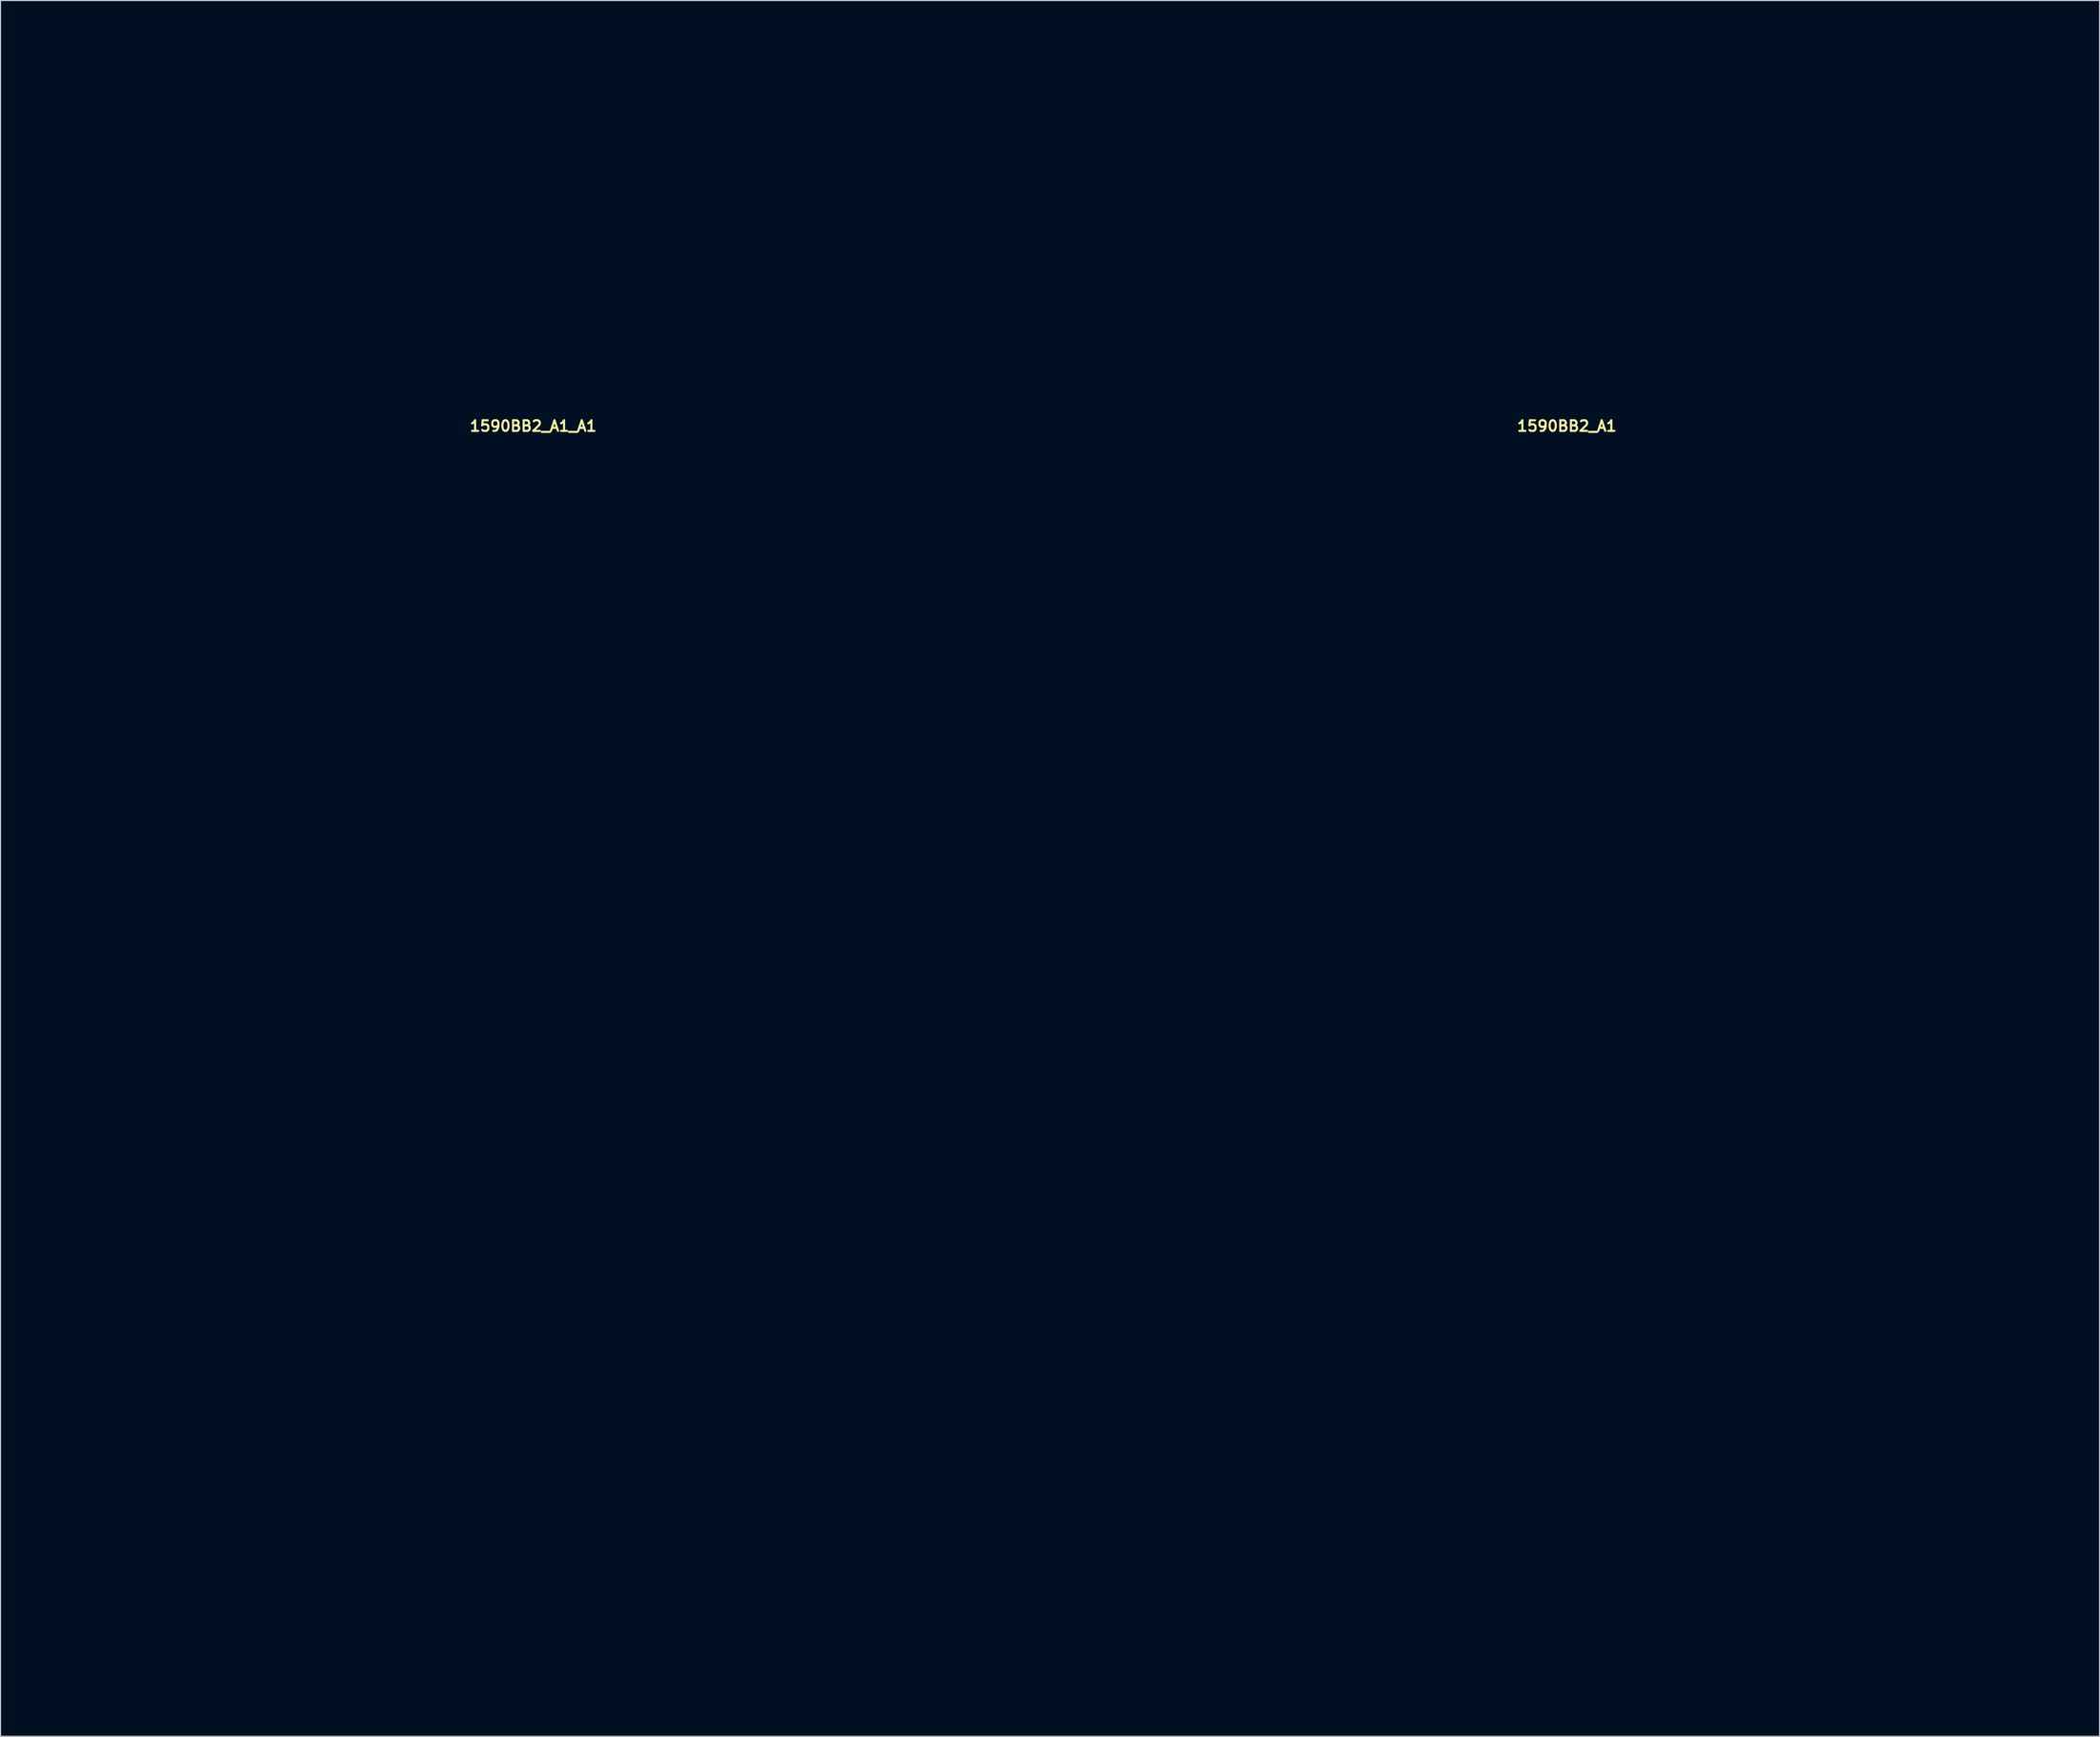
<source format=kicad_pcb>
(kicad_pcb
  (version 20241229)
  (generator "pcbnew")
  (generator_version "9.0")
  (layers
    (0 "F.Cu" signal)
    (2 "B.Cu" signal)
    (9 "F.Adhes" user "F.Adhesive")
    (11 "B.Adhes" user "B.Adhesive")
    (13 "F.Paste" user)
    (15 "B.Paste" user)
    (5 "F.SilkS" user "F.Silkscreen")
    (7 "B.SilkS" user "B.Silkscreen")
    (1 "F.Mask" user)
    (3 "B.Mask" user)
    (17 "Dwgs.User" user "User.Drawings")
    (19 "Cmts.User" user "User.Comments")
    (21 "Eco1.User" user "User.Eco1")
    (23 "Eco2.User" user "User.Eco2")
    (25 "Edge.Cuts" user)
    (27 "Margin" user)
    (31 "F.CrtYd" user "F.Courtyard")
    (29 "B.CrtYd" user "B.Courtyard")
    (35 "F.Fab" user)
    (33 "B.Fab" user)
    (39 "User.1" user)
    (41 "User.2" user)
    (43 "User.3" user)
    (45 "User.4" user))
  (footprint "1590BB2_A1"
    (layer "F.Cu")
    (at 144.6 97.7)
    (property "Reference" "1590BB2_A1" (at 0 -60.579 0) (layer "F.SilkS") (effects (font (size 1 1) (thickness 0.2))))
    (attr through_hole)
    (fp_line (start -47 -97.5) (end -47 -59.75) (stroke (width 0.4) (type solid)) (layer "Eco1.User"))
    (fp_line (start -47 -97.5) (end 47 -97.5) (stroke (width 0.4) (type solid)) (layer "Eco1.User"))
    (fp_line (start -47 -93.5) (end 47 -93.5) (stroke (width 0.4) (type solid)) (layer "Eco1.User"))
    (fp_line (start -47 -59.75) (end -47 59.75) (stroke (width 0.4) (type solid)) (layer "Eco1.User"))
    (fp_line (start -47 -59.75) (end 47 -59.75) (stroke (width 0.4) (type solid)) (layer "Eco1.User"))
    (fp_line (start -47 59.75) (end 47 59.75) (stroke (width 0.4) (type solid)) (layer "Eco1.User"))
    (fp_line (start -44.75 -57.5) (end -44.75 57.5) (stroke (width 0.4) (type solid)) (layer "Eco1.User"))
    (fp_line (start -44.75 -57.5) (end 44.75 -57.5) (stroke (width 0.4) (type solid)) (layer "Eco1.User"))
    (fp_line (start -44.75 -51.75) (end -42 -51.75) (stroke (width 0.4) (type solid)) (layer "Eco1.User"))
    (fp_line (start -44.75 51.75) (end -42 51.75) (stroke (width 0.4) (type solid)) (layer "Eco1.User"))
    (fp_line (start -44.75 57.5) (end 44.75 57.5) (stroke (width 0.4) (type solid)) (layer "Eco1.User"))
    (fp_line (start -39 -57.5) (end -39 -54.75) (stroke (width 0.4) (type solid)) (layer "Eco1.User"))
    (fp_line (start -39 54.75) (end -39 57.5) (stroke (width 0.4) (type solid)) (layer "Eco1.User"))
    (fp_line (start 39 -57.5) (end 39 -54.75) (stroke (width 0.4) (type solid)) (layer "Eco1.User"))
    (fp_line (start 39 54.75) (end 39 57.5) (stroke (width 0.4) (type solid)) (layer "Eco1.User"))
    (fp_line (start 42 -51.75) (end 44.75 -51.75) (stroke (width 0.4) (type solid)) (layer "Eco1.User"))
    (fp_line (start 42 51.75) (end 44.75 51.75) (stroke (width 0.4) (type solid)) (layer "Eco1.User"))
    (fp_line (start 44.75 -57.5) (end 44.75 57.5) (stroke (width 0.4) (type solid)) (layer "Eco1.User"))
    (fp_line (start 47 -97.5) (end 47 -59.75) (stroke (width 0.4) (type solid)) (layer "Eco1.User"))
    (fp_line (start 47 -59.75) (end 47 59.75) (stroke (width 0.4) (type solid)) (layer "Eco1.User"))
    (fp_arc (start -42 51.75) (mid -39.87868 52.62868) (end -39 54.75) (stroke (width 0.4) (type solid)) (layer "Eco1.User"))
    (fp_arc (start -39 -54.75) (mid -39.87868 -52.62868) (end -42 -51.75) (stroke (width 0.4) (type solid)) (layer "Eco1.User"))
    (fp_arc (start 39 54.75) (mid 39.87868 52.62868) (end 42 51.75) (stroke (width 0.4) (type solid)) (layer "Eco1.User"))
    (fp_arc (start 42 -51.75) (mid 39.87868 -52.62868) (end 39 -54.75) (stroke (width 0.4) (type solid)) (layer "Eco1.User"))
    (fp_circle (center -42 -54.75) (end -40.25 -54.75) (stroke (width 0.4) (type solid)) (fill no) (layer "Eco1.User"))
    (fp_circle (center -42 54.75) (end -40.25 54.75) (stroke (width 0.4) (type solid)) (fill no) (layer "Eco1.User"))
    (fp_circle (center -29.21 -84) (end -24.51 -84) (stroke (width 0.4) (type solid)) (fill no) (layer "Eco1.User"))
    (fp_circle (center -15.24 -84.4) (end -12.04 -84.4) (stroke (width 0.4) (type solid)) (fill no) (layer "Eco1.User"))
    (fp_circle (center -1.27 -84) (end 3.43 -84) (stroke (width 0.4) (type solid)) (fill no) (layer "Eco1.User"))
    (fp_circle (center 13.97 -84) (end 19.47 -84) (stroke (width 0.4) (type solid)) (fill no) (layer "Eco1.User"))
    (fp_circle (center 29.21 -84) (end 33.91 -84) (stroke (width 0.4) (type solid)) (fill no) (layer "Eco1.User"))
    (fp_circle (center 42 -54.75) (end 43.75 -54.75) (stroke (width 0.4) (type solid)) (fill no) (layer "Eco1.User"))
    (fp_circle (center 42 54.75) (end 43.75 54.75) (stroke (width 0.4) (type solid)) (fill no) (layer "Eco1.User")))
  (footprint "1590BB2_A1_A1"
    (layer "F.Cu")
    (at 47.2 97.7)
    (property "Reference" "1590BB2_A1_A1" (at 0 -60.579 0) (layer "F.SilkS") (effects (font (size 1 1) (thickness 0.2))))
    (attr through_hole)
    (fp_line (start -47 -97.5) (end -47 -59.75) (stroke (width 0.4) (type solid)) (layer "Eco1.User"))
    (fp_line (start -47 -97.5) (end 47 -97.5) (stroke (width 0.4) (type solid)) (layer "Eco1.User"))
    (fp_line (start -47 -93.5) (end 47 -93.5) (stroke (width 0.4) (type solid)) (layer "Eco1.User"))
    (fp_line (start -47 -59.75) (end -47 59.75) (stroke (width 0.4) (type solid)) (layer "Eco1.User"))
    (fp_line (start -47 -59.75) (end 47 -59.75) (stroke (width 0.4) (type solid)) (layer "Eco1.User"))
    (fp_line (start -47 59.75) (end 47 59.75) (stroke (width 0.4) (type solid)) (layer "Eco1.User"))
    (fp_line (start -44.75 -57.5) (end -44.75 57.5) (stroke (width 0.4) (type solid)) (layer "Eco1.User"))
    (fp_line (start -44.75 -57.5) (end 44.75 -57.5) (stroke (width 0.4) (type solid)) (layer "Eco1.User"))
    (fp_line (start -44.75 -51.75) (end -42 -51.75) (stroke (width 0.4) (type solid)) (layer "Eco1.User"))
    (fp_line (start -44.75 51.75) (end -42 51.75) (stroke (width 0.4) (type solid)) (layer "Eco1.User"))
    (fp_line (start -44.75 57.5) (end 44.75 57.5) (stroke (width 0.4) (type solid)) (layer "Eco1.User"))
    (fp_line (start -39 -57.5) (end -39 -54.75) (stroke (width 0.4) (type solid)) (layer "Eco1.User"))
    (fp_line (start -39 54.75) (end -39 57.5) (stroke (width 0.4) (type solid)) (layer "Eco1.User"))
    (fp_line (start 39 -57.5) (end 39 -54.75) (stroke (width 0.4) (type solid)) (layer "Eco1.User"))
    (fp_line (start 39 54.75) (end 39 57.5) (stroke (width 0.4) (type solid)) (layer "Eco1.User"))
    (fp_line (start 42 -51.75) (end 44.75 -51.75) (stroke (width 0.4) (type solid)) (layer "Eco1.User"))
    (fp_line (start 42 51.75) (end 44.75 51.75) (stroke (width 0.4) (type solid)) (layer "Eco1.User"))
    (fp_line (start 44.75 -57.5) (end 44.75 57.5) (stroke (width 0.4) (type solid)) (layer "Eco1.User"))
    (fp_line (start 47 -97.5) (end 47 -59.75) (stroke (width 0.4) (type solid)) (layer "Eco1.User"))
    (fp_line (start 47 -59.75) (end 47 59.75) (stroke (width 0.4) (type solid)) (layer "Eco1.User"))
    (fp_arc (start -42 51.75) (mid -39.87868 52.62868) (end -39 54.75) (stroke (width 0.4) (type solid)) (layer "Eco1.User"))
    (fp_arc (start -39 -54.75) (mid -39.87868 -52.62868) (end -42 -51.75) (stroke (width 0.4) (type solid)) (layer "Eco1.User"))
    (fp_arc (start 39 54.75) (mid 39.87868 52.62868) (end 42 51.75) (stroke (width 0.4) (type solid)) (layer "Eco1.User"))
    (fp_arc (start 42 -51.75) (mid 39.87868 -52.62868) (end 39 -54.75) (stroke (width 0.4) (type solid)) (layer "Eco1.User"))
    (fp_circle (center -42 -54.75) (end -40.25 -54.75) (stroke (width 0.4) (type solid)) (fill no) (layer "Eco1.User"))
    (fp_circle (center -42 54.75) (end -40.25 54.75) (stroke (width 0.4) (type solid)) (fill no) (layer "Eco1.User"))
    (fp_circle (center -39.65 -30.28) (end -38.25 -30.28) (stroke (width 0.4) (type solid)) (fill no) (layer "Eco1.User"))
    (fp_circle (center -31.75 -30.28) (end -28.05 -30.28) (stroke (width 0.4) (type solid)) (fill no) (layer "Eco1.User"))
    (fp_circle (center -29.21 -84) (end -24.51 -84) (stroke (width 0.4) (type solid)) (fill no) (layer "Eco1.User"))
    (fp_circle (center -15.24 -84.4) (end -12.04 -84.4) (stroke (width 0.4) (type solid)) (fill no) (layer "Eco1.User"))
    (fp_circle (center -11.43 -3.81) (end -9.93 -3.81) (stroke (width 0.4) (type solid)) (fill no) (layer "Eco1.User"))
    (fp_circle (center -7.9 -30.28) (end -6.5 -30.28) (stroke (width 0.4) (type solid)) (fill no) (layer "Eco1.User"))
    (fp_circle (center -1.27 -84) (end 3.43 -84) (stroke (width 0.4) (type solid)) (fill no) (layer "Eco1.User"))
    (fp_circle (center 0 -30.28) (end 3.7 -30.28) (stroke (width 0.4) (type solid)) (fill no) (layer "Eco1.User"))
    (fp_circle (center 0 -3.81) (end 3 -3.81) (stroke (width 0.4) (type solid)) (fill no) (layer "Eco1.User"))
    (fp_circle (center 0 25.4) (end 2.65 25.4) (stroke (width 0.4) (type solid)) (fill no) (layer "Eco1.User"))
    (fp_circle (center 0 40.64) (end 6.5 40.64) (stroke (width 0.4) (type solid)) (fill no) (layer "Eco1.User"))
    (fp_circle (center 11.43 -3.81) (end 12.93 -3.81) (stroke (width 0.4) (type solid)) (fill no) (layer "Eco1.User"))
    (fp_circle (center 13.97 -84) (end 19.47 -84) (stroke (width 0.4) (type solid)) (fill no) (layer "Eco1.User"))
    (fp_circle (center 23.85 -30.28) (end 25.25 -30.28) (stroke (width 0.4) (type solid)) (fill no) (layer "Eco1.User"))
    (fp_circle (center 29.21 -84) (end 33.91 -84) (stroke (width 0.4) (type solid)) (fill no) (layer "Eco1.User"))
    (fp_circle (center 31.75 -30.28) (end 35.45 -30.28) (stroke (width 0.4) (type solid)) (fill no) (layer "Eco1.User"))
    (fp_circle (center 42 -54.75) (end 43.75 -54.75) (stroke (width 0.4) (type solid)) (fill no) (layer "Eco1.User"))
    (fp_circle (center 42 54.75) (end 43.75 54.75) (stroke (width 0.4) (type solid)) (fill no) (layer "Eco1.User")))
  (gr_rect
    (start -3 -3)
    (end 194.8 160.65)
    (stroke (width 0.1) (type default))
    (fill no)
    (layer "Edge.Cuts")))
</source>
